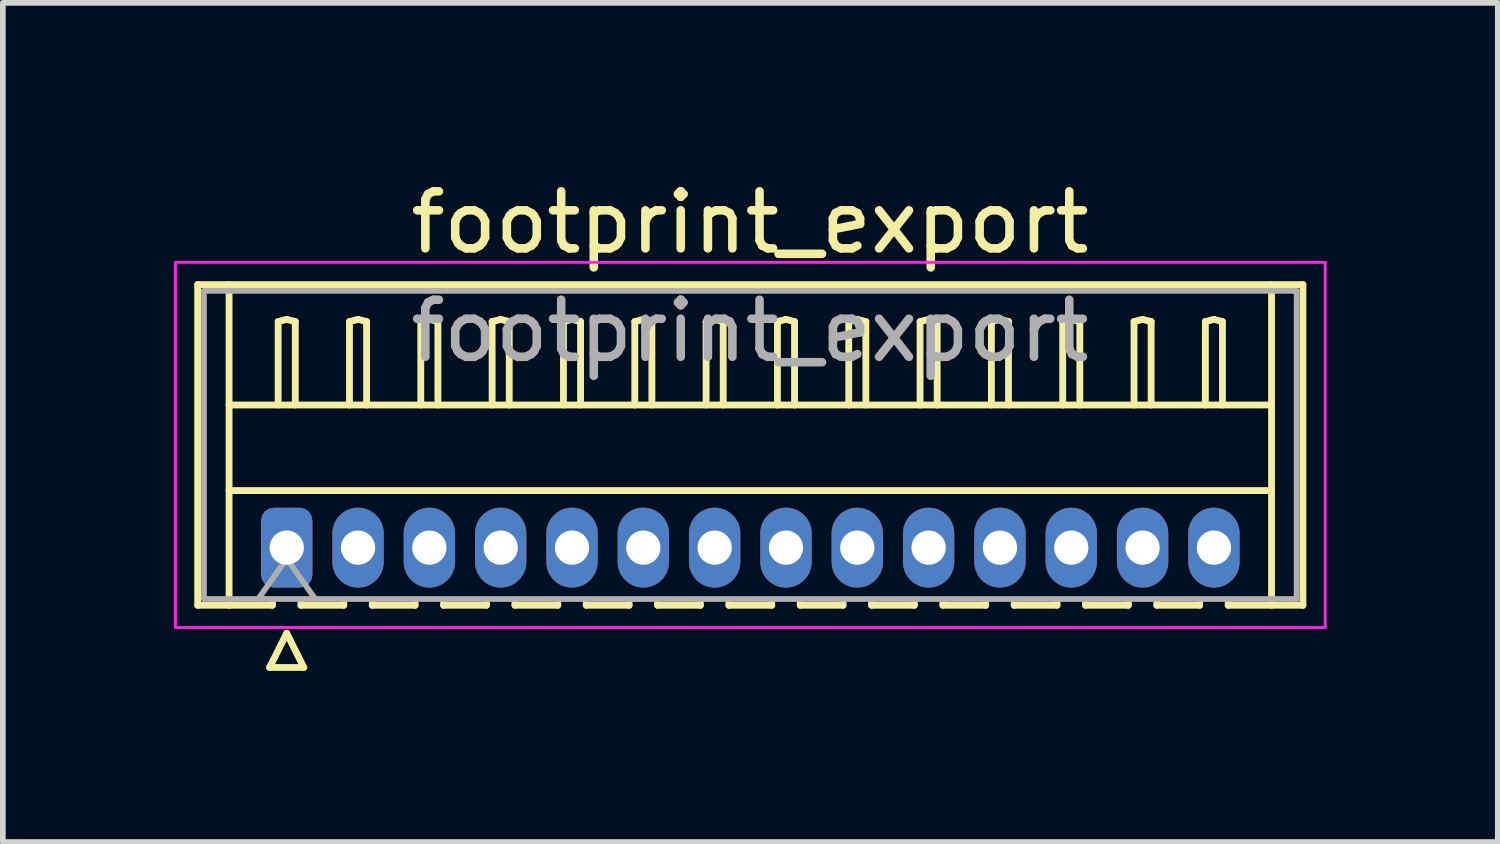
<source format=kicad_pcb>
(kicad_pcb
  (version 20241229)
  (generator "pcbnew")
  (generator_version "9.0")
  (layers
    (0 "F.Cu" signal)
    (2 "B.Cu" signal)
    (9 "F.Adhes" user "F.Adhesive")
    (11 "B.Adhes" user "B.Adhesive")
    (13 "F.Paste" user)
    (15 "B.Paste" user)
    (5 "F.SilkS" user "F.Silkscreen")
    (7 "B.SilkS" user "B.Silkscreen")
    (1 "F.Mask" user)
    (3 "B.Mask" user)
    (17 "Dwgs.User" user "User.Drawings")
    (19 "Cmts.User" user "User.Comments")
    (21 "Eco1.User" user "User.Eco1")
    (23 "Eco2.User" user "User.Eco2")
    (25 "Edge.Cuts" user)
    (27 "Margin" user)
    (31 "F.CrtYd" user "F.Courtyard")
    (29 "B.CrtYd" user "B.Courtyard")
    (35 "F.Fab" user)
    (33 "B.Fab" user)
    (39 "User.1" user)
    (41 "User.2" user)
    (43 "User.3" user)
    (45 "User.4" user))
  (footprint "footprint_export"
    (layer "F.Cu")
    (at 1.975 6.548)
    (property "Reference" "footprint_export" (at 8.12 -5.7 0) (layer "F.SilkS") (effects (font (size 1 1) (thickness 0.15))))
    (attr through_hole)
    (fp_line (start -1.56 -4.61) (end 17.81 -4.61) (stroke (width 0.12) (type solid)) (layer "F.SilkS"))
    (fp_line (start -1.56 1.01) (end -1.56 -4.61) (stroke (width 0.12) (type solid)) (layer "F.SilkS"))
    (fp_line (start -1.01 -4.61) (end -1.01 1.01) (stroke (width 0.12) (type solid)) (layer "F.SilkS"))
    (fp_line (start -1.01 -2.5) (end 17.26 -2.5) (stroke (width 0.12) (type solid)) (layer "F.SilkS"))
    (fp_line (start -1.01 -1) (end 17.26 -1) (stroke (width 0.12) (type solid)) (layer "F.SilkS"))
    (fp_line (start -0.3 2.1) (end 0.3 2.1) (stroke (width 0.12) (type solid)) (layer "F.SilkS"))
    (fp_line (start -0.25 0.96) (end -0.25 1.01) (stroke (width 0.12) (type solid)) (layer "F.SilkS"))
    (fp_line (start -0.25 1.01) (end -1.56 1.01) (stroke (width 0.12) (type solid)) (layer "F.SilkS"))
    (fp_line (start -0.15 -3.962) (end 0 -4) (stroke (width 0.12) (type solid)) (layer "F.SilkS"))
    (fp_line (start -0.15 -2.5) (end -0.15 -3.962) (stroke (width 0.12) (type solid)) (layer "F.SilkS"))
    (fp_line (start 0 -4) (end 0.15 -3.962) (stroke (width 0.12) (type solid)) (layer "F.SilkS"))
    (fp_line (start 0 1.5) (end -0.3 2.1) (stroke (width 0.12) (type solid)) (layer "F.SilkS"))
    (fp_line (start 0.15 -3.962) (end 0.15 -2.5) (stroke (width 0.12) (type solid)) (layer "F.SilkS"))
    (fp_line (start 0.25 0.96) (end 0.25 1.01) (stroke (width 0.12) (type solid)) (layer "F.SilkS"))
    (fp_line (start 0.25 1.01) (end 1 1.01) (stroke (width 0.12) (type solid)) (layer "F.SilkS"))
    (fp_line (start 0.3 2.1) (end 0 1.5) (stroke (width 0.12) (type solid)) (layer "F.SilkS"))
    (fp_line (start 1 1.01) (end 1 0.96) (stroke (width 0.12) (type solid)) (layer "F.SilkS"))
    (fp_line (start 1.1 -3.962) (end 1.25 -4) (stroke (width 0.12) (type solid)) (layer "F.SilkS"))
    (fp_line (start 1.1 -2.5) (end 1.1 -3.962) (stroke (width 0.12) (type solid)) (layer "F.SilkS"))
    (fp_line (start 1.25 -4) (end 1.4 -3.962) (stroke (width 0.12) (type solid)) (layer "F.SilkS"))
    (fp_line (start 1.4 -3.962) (end 1.4 -2.5) (stroke (width 0.12) (type solid)) (layer "F.SilkS"))
    (fp_line (start 1.5 0.96) (end 1.5 1.01) (stroke (width 0.12) (type solid)) (layer "F.SilkS"))
    (fp_line (start 1.5 1.01) (end 2.25 1.01) (stroke (width 0.12) (type solid)) (layer "F.SilkS"))
    (fp_line (start 2.25 1.01) (end 2.25 0.96) (stroke (width 0.12) (type solid)) (layer "F.SilkS"))
    (fp_line (start 2.35 -3.962) (end 2.5 -4) (stroke (width 0.12) (type solid)) (layer "F.SilkS"))
    (fp_line (start 2.35 -2.5) (end 2.35 -3.962) (stroke (width 0.12) (type solid)) (layer "F.SilkS"))
    (fp_line (start 2.5 -4) (end 2.65 -3.962) (stroke (width 0.12) (type solid)) (layer "F.SilkS"))
    (fp_line (start 2.65 -3.962) (end 2.65 -2.5) (stroke (width 0.12) (type solid)) (layer "F.SilkS"))
    (fp_line (start 2.75 0.96) (end 2.75 1.01) (stroke (width 0.12) (type solid)) (layer "F.SilkS"))
    (fp_line (start 2.75 1.01) (end 3.5 1.01) (stroke (width 0.12) (type solid)) (layer "F.SilkS"))
    (fp_line (start 3.5 1.01) (end 3.5 0.96) (stroke (width 0.12) (type solid)) (layer "F.SilkS"))
    (fp_line (start 3.6 -3.962) (end 3.75 -4) (stroke (width 0.12) (type solid)) (layer "F.SilkS"))
    (fp_line (start 3.6 -2.5) (end 3.6 -3.962) (stroke (width 0.12) (type solid)) (layer "F.SilkS"))
    (fp_line (start 3.75 -4) (end 3.9 -3.962) (stroke (width 0.12) (type solid)) (layer "F.SilkS"))
    (fp_line (start 3.9 -3.962) (end 3.9 -2.5) (stroke (width 0.12) (type solid)) (layer "F.SilkS"))
    (fp_line (start 4 0.96) (end 4 1.01) (stroke (width 0.12) (type solid)) (layer "F.SilkS"))
    (fp_line (start 4 1.01) (end 4.75 1.01) (stroke (width 0.12) (type solid)) (layer "F.SilkS"))
    (fp_line (start 4.75 1.01) (end 4.75 0.96) (stroke (width 0.12) (type solid)) (layer "F.SilkS"))
    (fp_line (start 4.85 -3.962) (end 5 -4) (stroke (width 0.12) (type solid)) (layer "F.SilkS"))
    (fp_line (start 4.85 -2.5) (end 4.85 -3.962) (stroke (width 0.12) (type solid)) (layer "F.SilkS"))
    (fp_line (start 5 -4) (end 5.15 -3.962) (stroke (width 0.12) (type solid)) (layer "F.SilkS"))
    (fp_line (start 5.15 -3.962) (end 5.15 -2.5) (stroke (width 0.12) (type solid)) (layer "F.SilkS"))
    (fp_line (start 5.25 0.96) (end 5.25 1.01) (stroke (width 0.12) (type solid)) (layer "F.SilkS"))
    (fp_line (start 5.25 1.01) (end 6 1.01) (stroke (width 0.12) (type solid)) (layer "F.SilkS"))
    (fp_line (start 6 1.01) (end 6 0.96) (stroke (width 0.12) (type solid)) (layer "F.SilkS"))
    (fp_line (start 6.1 -3.962) (end 6.25 -4) (stroke (width 0.12) (type solid)) (layer "F.SilkS"))
    (fp_line (start 6.1 -2.5) (end 6.1 -3.962) (stroke (width 0.12) (type solid)) (layer "F.SilkS"))
    (fp_line (start 6.25 -4) (end 6.4 -3.962) (stroke (width 0.12) (type solid)) (layer "F.SilkS"))
    (fp_line (start 6.4 -3.962) (end 6.4 -2.5) (stroke (width 0.12) (type solid)) (layer "F.SilkS"))
    (fp_line (start 6.5 0.96) (end 6.5 1.01) (stroke (width 0.12) (type solid)) (layer "F.SilkS"))
    (fp_line (start 6.5 1.01) (end 7.25 1.01) (stroke (width 0.12) (type solid)) (layer "F.SilkS"))
    (fp_line (start 7.25 1.01) (end 7.25 0.96) (stroke (width 0.12) (type solid)) (layer "F.SilkS"))
    (fp_line (start 7.35 -3.962) (end 7.5 -4) (stroke (width 0.12) (type solid)) (layer "F.SilkS"))
    (fp_line (start 7.35 -2.5) (end 7.35 -3.962) (stroke (width 0.12) (type solid)) (layer "F.SilkS"))
    (fp_line (start 7.5 -4) (end 7.65 -3.962) (stroke (width 0.12) (type solid)) (layer "F.SilkS"))
    (fp_line (start 7.65 -3.962) (end 7.65 -2.5) (stroke (width 0.12) (type solid)) (layer "F.SilkS"))
    (fp_line (start 7.75 0.96) (end 7.75 1.01) (stroke (width 0.12) (type solid)) (layer "F.SilkS"))
    (fp_line (start 7.75 1.01) (end 8.5 1.01) (stroke (width 0.12) (type solid)) (layer "F.SilkS"))
    (fp_line (start 8.5 1.01) (end 8.5 0.96) (stroke (width 0.12) (type solid)) (layer "F.SilkS"))
    (fp_line (start 8.6 -3.962) (end 8.75 -4) (stroke (width 0.12) (type solid)) (layer "F.SilkS"))
    (fp_line (start 8.6 -2.5) (end 8.6 -3.962) (stroke (width 0.12) (type solid)) (layer "F.SilkS"))
    (fp_line (start 8.75 -4) (end 8.9 -3.962) (stroke (width 0.12) (type solid)) (layer "F.SilkS"))
    (fp_line (start 8.9 -3.962) (end 8.9 -2.5) (stroke (width 0.12) (type solid)) (layer "F.SilkS"))
    (fp_line (start 9 0.96) (end 9 1.01) (stroke (width 0.12) (type solid)) (layer "F.SilkS"))
    (fp_line (start 9 1.01) (end 9.75 1.01) (stroke (width 0.12) (type solid)) (layer "F.SilkS"))
    (fp_line (start 9.75 1.01) (end 9.75 0.96) (stroke (width 0.12) (type solid)) (layer "F.SilkS"))
    (fp_line (start 9.85 -3.962) (end 10 -4) (stroke (width 0.12) (type solid)) (layer "F.SilkS"))
    (fp_line (start 9.85 -2.5) (end 9.85 -3.962) (stroke (width 0.12) (type solid)) (layer "F.SilkS"))
    (fp_line (start 10 -4) (end 10.15 -3.962) (stroke (width 0.12) (type solid)) (layer "F.SilkS"))
    (fp_line (start 10.15 -3.962) (end 10.15 -2.5) (stroke (width 0.12) (type solid)) (layer "F.SilkS"))
    (fp_line (start 10.25 0.96) (end 10.25 1.01) (stroke (width 0.12) (type solid)) (layer "F.SilkS"))
    (fp_line (start 10.25 1.01) (end 11 1.01) (stroke (width 0.12) (type solid)) (layer "F.SilkS"))
    (fp_line (start 11 1.01) (end 11 0.96) (stroke (width 0.12) (type solid)) (layer "F.SilkS"))
    (fp_line (start 11.1 -3.962) (end 11.25 -4) (stroke (width 0.12) (type solid)) (layer "F.SilkS"))
    (fp_line (start 11.1 -2.5) (end 11.1 -3.962) (stroke (width 0.12) (type solid)) (layer "F.SilkS"))
    (fp_line (start 11.25 -4) (end 11.4 -3.962) (stroke (width 0.12) (type solid)) (layer "F.SilkS"))
    (fp_line (start 11.4 -3.962) (end 11.4 -2.5) (stroke (width 0.12) (type solid)) (layer "F.SilkS"))
    (fp_line (start 11.5 0.96) (end 11.5 1.01) (stroke (width 0.12) (type solid)) (layer "F.SilkS"))
    (fp_line (start 11.5 1.01) (end 12.25 1.01) (stroke (width 0.12) (type solid)) (layer "F.SilkS"))
    (fp_line (start 12.25 1.01) (end 12.25 0.96) (stroke (width 0.12) (type solid)) (layer "F.SilkS"))
    (fp_line (start 12.35 -3.962) (end 12.5 -4) (stroke (width 0.12) (type solid)) (layer "F.SilkS"))
    (fp_line (start 12.35 -2.5) (end 12.35 -3.962) (stroke (width 0.12) (type solid)) (layer "F.SilkS"))
    (fp_line (start 12.5 -4) (end 12.65 -3.962) (stroke (width 0.12) (type solid)) (layer "F.SilkS"))
    (fp_line (start 12.65 -3.962) (end 12.65 -2.5) (stroke (width 0.12) (type solid)) (layer "F.SilkS"))
    (fp_line (start 12.75 0.96) (end 12.75 1.01) (stroke (width 0.12) (type solid)) (layer "F.SilkS"))
    (fp_line (start 12.75 1.01) (end 13.5 1.01) (stroke (width 0.12) (type solid)) (layer "F.SilkS"))
    (fp_line (start 13.5 1.01) (end 13.5 0.96) (stroke (width 0.12) (type solid)) (layer "F.SilkS"))
    (fp_line (start 13.6 -3.962) (end 13.75 -4) (stroke (width 0.12) (type solid)) (layer "F.SilkS"))
    (fp_line (start 13.6 -2.5) (end 13.6 -3.962) (stroke (width 0.12) (type solid)) (layer "F.SilkS"))
    (fp_line (start 13.75 -4) (end 13.9 -3.962) (stroke (width 0.12) (type solid)) (layer "F.SilkS"))
    (fp_line (start 13.9 -3.962) (end 13.9 -2.5) (stroke (width 0.12) (type solid)) (layer "F.SilkS"))
    (fp_line (start 14 0.96) (end 14 1.01) (stroke (width 0.12) (type solid)) (layer "F.SilkS"))
    (fp_line (start 14 1.01) (end 14.75 1.01) (stroke (width 0.12) (type solid)) (layer "F.SilkS"))
    (fp_line (start 14.75 1.01) (end 14.75 0.96) (stroke (width 0.12) (type solid)) (layer "F.SilkS"))
    (fp_line (start 14.85 -3.962) (end 15 -4) (stroke (width 0.12) (type solid)) (layer "F.SilkS"))
    (fp_line (start 14.85 -2.5) (end 14.85 -3.962) (stroke (width 0.12) (type solid)) (layer "F.SilkS"))
    (fp_line (start 15 -4) (end 15.15 -3.962) (stroke (width 0.12) (type solid)) (layer "F.SilkS"))
    (fp_line (start 15.15 -3.962) (end 15.15 -2.5) (stroke (width 0.12) (type solid)) (layer "F.SilkS"))
    (fp_line (start 15.25 0.96) (end 15.25 1.01) (stroke (width 0.12) (type solid)) (layer "F.SilkS"))
    (fp_line (start 15.25 1.01) (end 16 1.01) (stroke (width 0.12) (type solid)) (layer "F.SilkS"))
    (fp_line (start 16 1.01) (end 16 0.96) (stroke (width 0.12) (type solid)) (layer "F.SilkS"))
    (fp_line (start 16.1 -3.962) (end 16.25 -4) (stroke (width 0.12) (type solid)) (layer "F.SilkS"))
    (fp_line (start 16.1 -2.5) (end 16.1 -3.962) (stroke (width 0.12) (type solid)) (layer "F.SilkS"))
    (fp_line (start 16.25 -4) (end 16.4 -3.962) (stroke (width 0.12) (type solid)) (layer "F.SilkS"))
    (fp_line (start 16.4 -3.962) (end 16.4 -2.5) (stroke (width 0.12) (type solid)) (layer "F.SilkS"))
    (fp_line (start 16.5 1.01) (end 16.5 0.96) (stroke (width 0.12) (type solid)) (layer "F.SilkS"))
    (fp_line (start 17.26 -4.61) (end 17.26 1.01) (stroke (width 0.12) (type solid)) (layer "F.SilkS"))
    (fp_line (start 17.81 -4.61) (end 17.81 1.01) (stroke (width 0.12) (type solid)) (layer "F.SilkS"))
    (fp_line (start 17.81 1.01) (end 16.5 1.01) (stroke (width 0.12) (type solid)) (layer "F.SilkS"))
    (fp_line (start -1.95 -5) (end -1.95 1.4) (stroke (width 0.05) (type solid)) (layer "F.CrtYd"))
    (fp_line (start -1.95 1.4) (end 18.2 1.4) (stroke (width 0.05) (type solid)) (layer "F.CrtYd"))
    (fp_line (start 18.2 -5) (end -1.95 -5) (stroke (width 0.05) (type solid)) (layer "F.CrtYd"))
    (fp_line (start 18.2 1.4) (end 18.2 -5) (stroke (width 0.05) (type solid)) (layer "F.CrtYd"))
    (fp_line (start -1.45 -4.5) (end -1.45 0.9) (stroke (width 0.1) (type solid)) (layer "F.Fab"))
    (fp_line (start -1.45 0.9) (end 17.7 0.9) (stroke (width 0.1) (type solid)) (layer "F.Fab"))
    (fp_line (start -0.5 0.9) (end 0 0.193) (stroke (width 0.1) (type solid)) (layer "F.Fab"))
    (fp_line (start 0 0.193) (end 0.5 0.9) (stroke (width 0.1) (type solid)) (layer "F.Fab"))
    (fp_line (start 17.7 -4.5) (end -1.45 -4.5) (stroke (width 0.1) (type solid)) (layer "F.Fab"))
    (fp_line (start 17.7 0.9) (end 17.7 -4.5) (stroke (width 0.1) (type solid)) (layer "F.Fab"))
    (fp_text user "${REFERENCE}" (at 8.12 -3.8 0) (layer "F.Fab") (effects (font (size 1 1) (thickness 0.15))))
    (pad "1" thru_hole roundrect (at 0 0) (size 0.9 1.4) (drill 0.6) (layers "*.Cu" "*.Mask") (roundrect_rratio 0.25))
    (pad "2" thru_hole oval (at 1.25 0) (size 0.9 1.4) (drill 0.6) (layers "*.Cu" "*.Mask"))
    (pad "3" thru_hole oval (at 2.5 0) (size 0.9 1.4) (drill 0.6) (layers "*.Cu" "*.Mask"))
    (pad "4" thru_hole oval (at 3.75 0) (size 0.9 1.4) (drill 0.6) (layers "*.Cu" "*.Mask"))
    (pad "5" thru_hole oval (at 5 0) (size 0.9 1.4) (drill 0.6) (layers "*.Cu" "*.Mask"))
    (pad "6" thru_hole oval (at 6.25 0) (size 0.9 1.4) (drill 0.6) (layers "*.Cu" "*.Mask"))
    (pad "7" thru_hole oval (at 7.5 0) (size 0.9 1.4) (drill 0.6) (layers "*.Cu" "*.Mask"))
    (pad "8" thru_hole oval (at 8.75 0) (size 0.9 1.4) (drill 0.6) (layers "*.Cu" "*.Mask"))
    (pad "9" thru_hole oval (at 10 0) (size 0.9 1.4) (drill 0.6) (layers "*.Cu" "*.Mask"))
    (pad "10" thru_hole oval (at 11.25 0) (size 0.9 1.4) (drill 0.6) (layers "*.Cu" "*.Mask"))
    (pad "11" thru_hole oval (at 12.5 0) (size 0.9 1.4) (drill 0.6) (layers "*.Cu" "*.Mask"))
    (pad "12" thru_hole oval (at 13.75 0) (size 0.9 1.4) (drill 0.6) (layers "*.Cu" "*.Mask"))
    (pad "13" thru_hole oval (at 15 0) (size 0.9 1.4) (drill 0.6) (layers "*.Cu" "*.Mask"))
    (pad "14" thru_hole oval (at 16.25 0) (size 0.9 1.4) (drill 0.6) (layers "*.Cu" "*.Mask")))
  (gr_rect
    (start -3 -3)
    (end 23.2 11.708)
    (stroke (width 0.1) (type default))
    (fill no)
    (layer "Edge.Cuts")))
</source>
